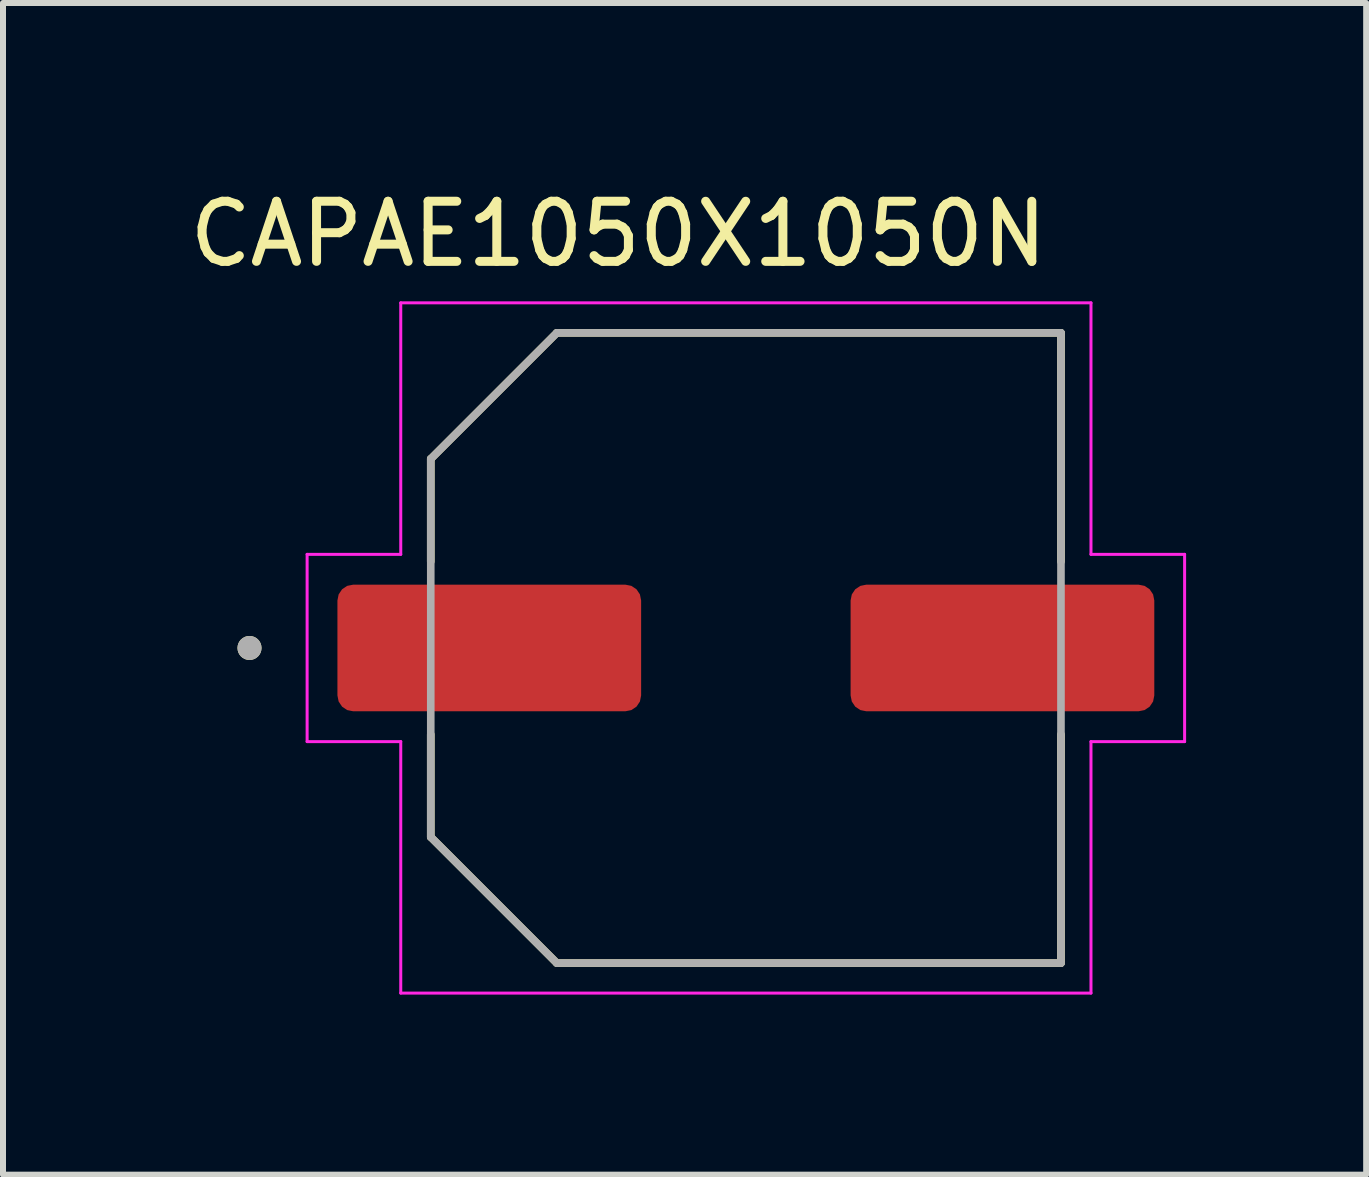
<source format=kicad_pcb>
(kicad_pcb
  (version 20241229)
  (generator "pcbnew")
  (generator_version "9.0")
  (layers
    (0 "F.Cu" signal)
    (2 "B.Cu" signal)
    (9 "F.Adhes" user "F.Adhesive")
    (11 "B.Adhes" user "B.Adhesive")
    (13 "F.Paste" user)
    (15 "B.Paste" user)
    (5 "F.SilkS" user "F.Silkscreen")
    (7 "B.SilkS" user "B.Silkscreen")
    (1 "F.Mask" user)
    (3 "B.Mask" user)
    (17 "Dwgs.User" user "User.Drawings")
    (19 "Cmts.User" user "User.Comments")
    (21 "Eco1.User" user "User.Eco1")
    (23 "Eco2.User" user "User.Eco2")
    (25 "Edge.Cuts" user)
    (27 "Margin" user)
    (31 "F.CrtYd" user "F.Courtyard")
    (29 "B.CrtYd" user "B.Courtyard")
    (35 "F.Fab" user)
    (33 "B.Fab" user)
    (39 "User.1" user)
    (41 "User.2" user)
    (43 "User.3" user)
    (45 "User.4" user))
  (footprint "CAPAE1050X1050N"
    (layer "F.Cu")
    (at 9.377 7.746)
    (property "Reference" "CAPAE1050X1050N" (at -2.124 -6.897 0) (layer "F.SilkS") (effects (font (size 1.001 1.001) (thickness 0.15))))
    (attr smd)
    (fp_line (start -5.25 -3.15) (end -3.15 -5.25) (stroke (width 0.127) (type solid)) (layer "F.SilkS"))
    (fp_line (start -5.25 -1.44) (end -5.25 -3.15) (stroke (width 0.127) (type solid)) (layer "F.SilkS"))
    (fp_line (start -5.25 3.15) (end -5.25 1.44) (stroke (width 0.127) (type solid)) (layer "F.SilkS"))
    (fp_line (start -3.15 -5.25) (end 5.25 -5.25) (stroke (width 0.127) (type solid)) (layer "F.SilkS"))
    (fp_line (start -3.15 5.25) (end -5.25 3.15) (stroke (width 0.127) (type solid)) (layer "F.SilkS"))
    (fp_line (start 5.25 -5.25) (end 5.25 -1.44) (stroke (width 0.127) (type solid)) (layer "F.SilkS"))
    (fp_line (start 5.25 5.25) (end -3.15 5.25) (stroke (width 0.127) (type solid)) (layer "F.SilkS"))
    (fp_line (start 5.25 5.25) (end 5.25 1.44) (stroke (width 0.127) (type solid)) (layer "F.SilkS"))
    (fp_circle (center -8.27 0) (end -8.17 0) (stroke (width 0.2) (type solid)) (fill no) (layer "F.SilkS"))
    (fp_line (start -7.31 -1.56) (end -7.31 1.56) (stroke (width 0.05) (type solid)) (layer "F.CrtYd"))
    (fp_line (start -7.31 1.56) (end -5.75 1.56) (stroke (width 0.05) (type solid)) (layer "F.CrtYd"))
    (fp_line (start -5.75 -5.75) (end -5.75 -1.56) (stroke (width 0.05) (type solid)) (layer "F.CrtYd"))
    (fp_line (start -5.75 -1.56) (end -7.31 -1.56) (stroke (width 0.05) (type solid)) (layer "F.CrtYd"))
    (fp_line (start -5.75 1.56) (end -5.75 5.75) (stroke (width 0.05) (type solid)) (layer "F.CrtYd"))
    (fp_line (start -5.75 5.75) (end 5.75 5.75) (stroke (width 0.05) (type solid)) (layer "F.CrtYd"))
    (fp_line (start 5.75 -5.75) (end -5.75 -5.75) (stroke (width 0.05) (type solid)) (layer "F.CrtYd"))
    (fp_line (start 5.75 -1.56) (end 5.75 -5.75) (stroke (width 0.05) (type solid)) (layer "F.CrtYd"))
    (fp_line (start 5.75 1.56) (end 7.31 1.56) (stroke (width 0.05) (type solid)) (layer "F.CrtYd"))
    (fp_line (start 5.75 5.75) (end 5.75 1.56) (stroke (width 0.05) (type solid)) (layer "F.CrtYd"))
    (fp_line (start 7.31 -1.56) (end 5.75 -1.56) (stroke (width 0.05) (type solid)) (layer "F.CrtYd"))
    (fp_line (start 7.31 1.56) (end 7.31 -1.56) (stroke (width 0.05) (type solid)) (layer "F.CrtYd"))
    (fp_line (start -5.25 -3.15) (end -3.15 -5.25) (stroke (width 0.127) (type solid)) (layer "F.Fab"))
    (fp_line (start -5.25 3.15) (end -5.25 -3.15) (stroke (width 0.127) (type solid)) (layer "F.Fab"))
    (fp_line (start -3.15 -5.25) (end 5.25 -5.25) (stroke (width 0.127) (type solid)) (layer "F.Fab"))
    (fp_line (start -3.15 5.25) (end -5.25 3.15) (stroke (width 0.127) (type solid)) (layer "F.Fab"))
    (fp_line (start 5.25 -5.25) (end 5.25 5.25) (stroke (width 0.127) (type solid)) (layer "F.Fab"))
    (fp_line (start 5.25 5.25) (end -3.15 5.25) (stroke (width 0.127) (type solid)) (layer "F.Fab"))
    (fp_circle (center -8.27 0) (end -8.17 0) (stroke (width 0.2) (type solid)) (fill no) (layer "F.Fab"))
    (pad "1" smd roundrect (at -4.275 0) (size 5.06 2.11) (layers "F.Cu" "F.Mask" "F.Paste") (roundrect_rratio 0.125))
    (pad "2" smd roundrect (at 4.275 0) (size 5.06 2.11) (layers "F.Cu" "F.Mask" "F.Paste") (roundrect_rratio 0.125)))
  (gr_rect
    (start -3 -3)
    (end 19.712 16.521)
    (stroke (width 0.1) (type default))
    (fill no)
    (layer "Edge.Cuts")))
</source>
